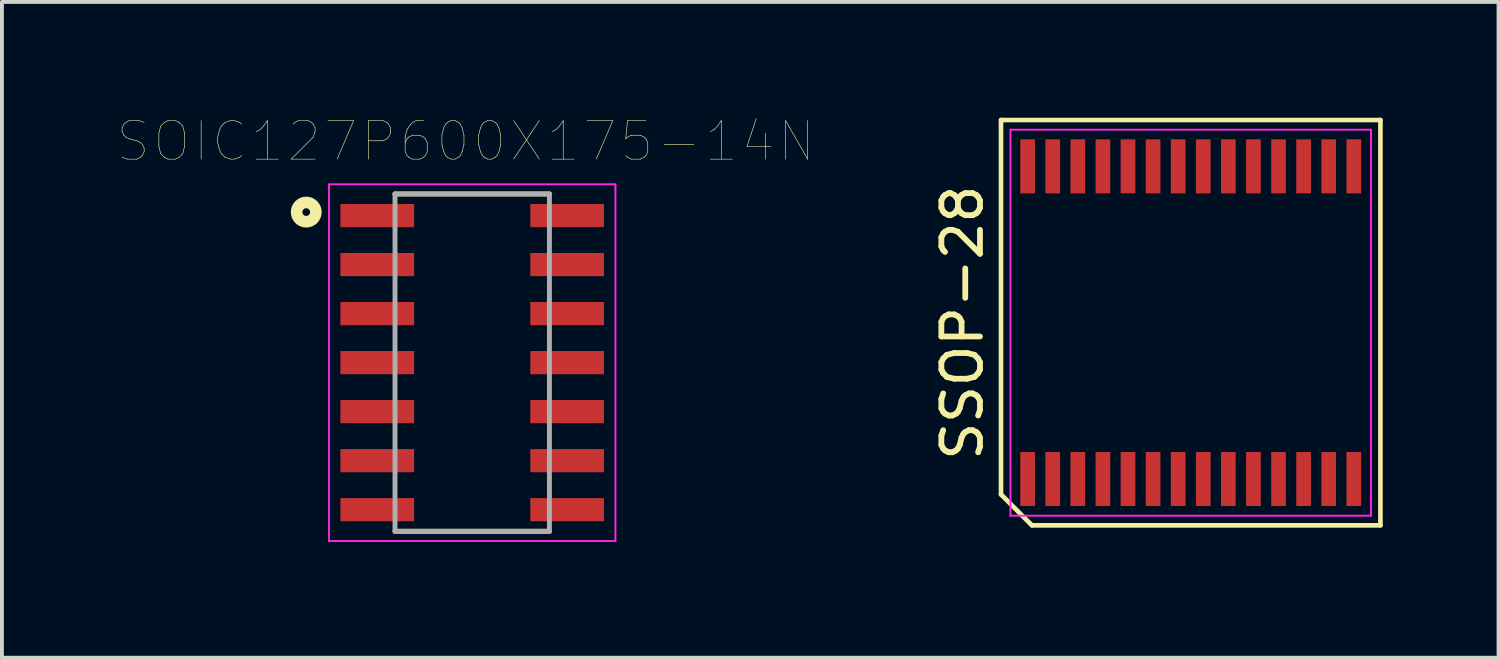
<source format=kicad_pcb>
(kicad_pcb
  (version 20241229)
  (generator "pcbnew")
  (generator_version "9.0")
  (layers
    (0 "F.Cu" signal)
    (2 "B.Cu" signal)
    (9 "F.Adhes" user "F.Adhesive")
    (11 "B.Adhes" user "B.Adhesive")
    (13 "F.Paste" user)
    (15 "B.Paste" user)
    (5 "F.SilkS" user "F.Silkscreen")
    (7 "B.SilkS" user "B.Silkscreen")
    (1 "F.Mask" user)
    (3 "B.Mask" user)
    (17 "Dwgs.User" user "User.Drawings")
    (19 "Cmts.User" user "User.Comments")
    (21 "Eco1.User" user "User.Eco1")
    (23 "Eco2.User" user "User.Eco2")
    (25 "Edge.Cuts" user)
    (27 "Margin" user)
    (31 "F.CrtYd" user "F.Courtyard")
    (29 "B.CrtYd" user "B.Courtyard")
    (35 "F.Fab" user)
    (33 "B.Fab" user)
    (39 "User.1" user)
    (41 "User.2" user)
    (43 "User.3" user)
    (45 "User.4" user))
  (footprint "SSOP-28"
    (layer "F.Cu")
    (at 27.799 5.31)
    (property "Reference" "SSOP-28" (at -5.915 0 90) (layer "F.SilkS") (effects (font (size 1 1) (thickness 0.15))))
    (attr smd)
    (fp_line (start -4.915 -5.25) (end 4.915 -5.25) (stroke (width 0.12) (type solid)) (layer "F.SilkS"))
    (fp_line (start -4.915 4.45) (end -4.915 -5.25) (stroke (width 0.12) (type solid)) (layer "F.SilkS"))
    (fp_line (start -4.115 5.25) (end -4.915 4.45) (stroke (width 0.12) (type solid)) (layer "F.SilkS"))
    (fp_line (start 4.915 -5.25) (end 4.915 5.25) (stroke (width 0.12) (type solid)) (layer "F.SilkS"))
    (fp_line (start 4.915 5.25) (end -4.115 5.25) (stroke (width 0.12) (type solid)) (layer "F.SilkS"))
    (fp_line (start -4.67 -5) (end 4.67 -5) (stroke (width 0.05) (type solid)) (layer "F.CrtYd"))
    (fp_line (start -4.67 5) (end -4.67 -5) (stroke (width 0.05) (type solid)) (layer "F.CrtYd"))
    (fp_line (start 4.67 -5) (end 4.67 5) (stroke (width 0.05) (type solid)) (layer "F.CrtYd"))
    (fp_line (start 4.67 5) (end -4.67 5) (stroke (width 0.05) (type solid)) (layer "F.CrtYd"))
    (pad "1" smd rect (at -4.225 4.05) (size 0.38 1.4) (layers "F.Cu" "F.Mask" "F.Paste"))
    (pad "2" smd rect (at -3.575 4.05) (size 0.38 1.4) (layers "F.Cu" "F.Mask" "F.Paste"))
    (pad "3" smd rect (at -2.925 4.05) (size 0.38 1.4) (layers "F.Cu" "F.Mask" "F.Paste"))
    (pad "4" smd rect (at -2.275 4.05) (size 0.38 1.4) (layers "F.Cu" "F.Mask" "F.Paste"))
    (pad "5" smd rect (at -1.625 4.05) (size 0.38 1.4) (layers "F.Cu" "F.Mask" "F.Paste"))
    (pad "6" smd rect (at -0.975 4.05) (size 0.38 1.4) (layers "F.Cu" "F.Mask" "F.Paste"))
    (pad "7" smd rect (at -0.325 4.05) (size 0.38 1.4) (layers "F.Cu" "F.Mask" "F.Paste"))
    (pad "8" smd rect (at 0.325 4.05) (size 0.38 1.4) (layers "F.Cu" "F.Mask" "F.Paste"))
    (pad "9" smd rect (at 0.975 4.05) (size 0.38 1.4) (layers "F.Cu" "F.Mask" "F.Paste"))
    (pad "10" smd rect (at 1.625 4.05) (size 0.38 1.4) (layers "F.Cu" "F.Mask" "F.Paste"))
    (pad "11" smd rect (at 2.275 4.05) (size 0.38 1.4) (layers "F.Cu" "F.Mask" "F.Paste"))
    (pad "12" smd rect (at 2.925 4.05) (size 0.38 1.4) (layers "F.Cu" "F.Mask" "F.Paste"))
    (pad "13" smd rect (at 3.575 4.05) (size 0.38 1.4) (layers "F.Cu" "F.Mask" "F.Paste"))
    (pad "14" smd rect (at 4.225 4.05) (size 0.38 1.4) (layers "F.Cu" "F.Mask" "F.Paste"))
    (pad "15" smd rect (at 4.225 -4.05) (size 0.38 1.4) (layers "F.Cu" "F.Mask" "F.Paste"))
    (pad "16" smd rect (at 3.575 -4.05) (size 0.38 1.4) (layers "F.Cu" "F.Mask" "F.Paste"))
    (pad "17" smd rect (at 2.925 -4.05) (size 0.38 1.4) (layers "F.Cu" "F.Mask" "F.Paste"))
    (pad "18" smd rect (at 2.275 -4.05) (size 0.38 1.4) (layers "F.Cu" "F.Mask" "F.Paste"))
    (pad "19" smd rect (at 1.625 -4.05) (size 0.38 1.4) (layers "F.Cu" "F.Mask" "F.Paste"))
    (pad "20" smd rect (at 0.975 -4.05) (size 0.38 1.4) (layers "F.Cu" "F.Mask" "F.Paste"))
    (pad "21" smd rect (at 0.325 -4.05) (size 0.38 1.4) (layers "F.Cu" "F.Mask" "F.Paste"))
    (pad "22" smd rect (at -0.325 -4.05) (size 0.38 1.4) (layers "F.Cu" "F.Mask" "F.Paste"))
    (pad "23" smd rect (at -0.975 -4.05) (size 0.38 1.4) (layers "F.Cu" "F.Mask" "F.Paste"))
    (pad "24" smd rect (at -1.625 -4.05) (size 0.38 1.4) (layers "F.Cu" "F.Mask" "F.Paste"))
    (pad "25" smd rect (at -2.275 -4.05) (size 0.38 1.4) (layers "F.Cu" "F.Mask" "F.Paste"))
    (pad "26" smd rect (at -2.925 -4.05) (size 0.38 1.4) (layers "F.Cu" "F.Mask" "F.Paste"))
    (pad "27" smd rect (at -3.575 -4.05) (size 0.38 1.4) (layers "F.Cu" "F.Mask" "F.Paste"))
    (pad "28" smd rect (at -4.225 -4.05) (size 0.38 1.4) (layers "F.Cu" "F.Mask" "F.Paste")))
  (footprint "SOIC127P600X175-14N"
    (layer "F.Cu")
    (at 9.184 6.345)
    (property "Reference" "SOIC127P600X175-14N" (at -0.166 -5.734 0) (layer "F.SilkS") (effects (font (size 1 1) (thickness 0.015))))
    (attr through_hole)
    (fp_line (start -2 -4.37) (end 2 -4.37) (stroke (width 0.127) (type solid)) (layer "F.SilkS"))
    (fp_line (start 2 4.37) (end -2 4.37) (stroke (width 0.127) (type solid)) (layer "F.SilkS"))
    (fp_circle (center -4.3 -3.9) (end -4.2 -3.9) (stroke (width 0.3) (type solid)) (fill no) (layer "F.SilkS"))
    (fp_line (start -3.71 -4.62) (end 3.71 -4.62) (stroke (width 0.05) (type solid)) (layer "F.CrtYd"))
    (fp_line (start -3.71 4.62) (end -3.71 -4.62) (stroke (width 0.05) (type solid)) (layer "F.CrtYd"))
    (fp_line (start 3.71 -4.62) (end 3.71 4.62) (stroke (width 0.05) (type solid)) (layer "F.CrtYd"))
    (fp_line (start 3.71 4.62) (end -3.71 4.62) (stroke (width 0.05) (type solid)) (layer "F.CrtYd"))
    (fp_line (start -2 -4.37) (end 2 -4.37) (stroke (width 0.127) (type solid)) (layer "F.Fab"))
    (fp_line (start -2 4.37) (end -2 -4.37) (stroke (width 0.127) (type solid)) (layer "F.Fab"))
    (fp_line (start 2 -4.37) (end 2 4.37) (stroke (width 0.127) (type solid)) (layer "F.Fab"))
    (fp_line (start 2 4.37) (end -2 4.37) (stroke (width 0.127) (type solid)) (layer "F.Fab"))
    (pad "1" smd rect (at -2.46 -3.81) (size 1.91 0.6) (layers "F.Cu" "F.Mask" "F.Paste"))
    (pad "2" smd rect (at -2.46 -2.54) (size 1.91 0.6) (layers "F.Cu" "F.Mask" "F.Paste"))
    (pad "3" smd rect (at -2.46 -1.27) (size 1.91 0.6) (layers "F.Cu" "F.Mask" "F.Paste"))
    (pad "4" smd rect (at -2.46 0) (size 1.91 0.6) (layers "F.Cu" "F.Mask" "F.Paste"))
    (pad "5" smd rect (at -2.46 1.27) (size 1.91 0.6) (layers "F.Cu" "F.Mask" "F.Paste"))
    (pad "6" smd rect (at -2.46 2.54) (size 1.91 0.6) (layers "F.Cu" "F.Mask" "F.Paste"))
    (pad "7" smd rect (at -2.46 3.81) (size 1.91 0.6) (layers "F.Cu" "F.Mask" "F.Paste"))
    (pad "8" smd rect (at 2.46 3.81) (size 1.91 0.6) (layers "F.Cu" "F.Mask" "F.Paste"))
    (pad "9" smd rect (at 2.46 2.54) (size 1.91 0.6) (layers "F.Cu" "F.Mask" "F.Paste"))
    (pad "10" smd rect (at 2.46 1.27) (size 1.91 0.6) (layers "F.Cu" "F.Mask" "F.Paste"))
    (pad "11" smd rect (at 2.46 0) (size 1.91 0.6) (layers "F.Cu" "F.Mask" "F.Paste"))
    (pad "12" smd rect (at 2.46 -1.27) (size 1.91 0.6) (layers "F.Cu" "F.Mask" "F.Paste"))
    (pad "13" smd rect (at 2.46 -2.54) (size 1.91 0.6) (layers "F.Cu" "F.Mask" "F.Paste"))
    (pad "14" smd rect (at 2.46 -3.81) (size 1.91 0.6) (layers "F.Cu" "F.Mask" "F.Paste")))
  (gr_rect
    (start -3 -3)
    (end 35.774 13.99)
    (stroke (width 0.1) (type default))
    (fill no)
    (layer "Edge.Cuts")))
</source>
